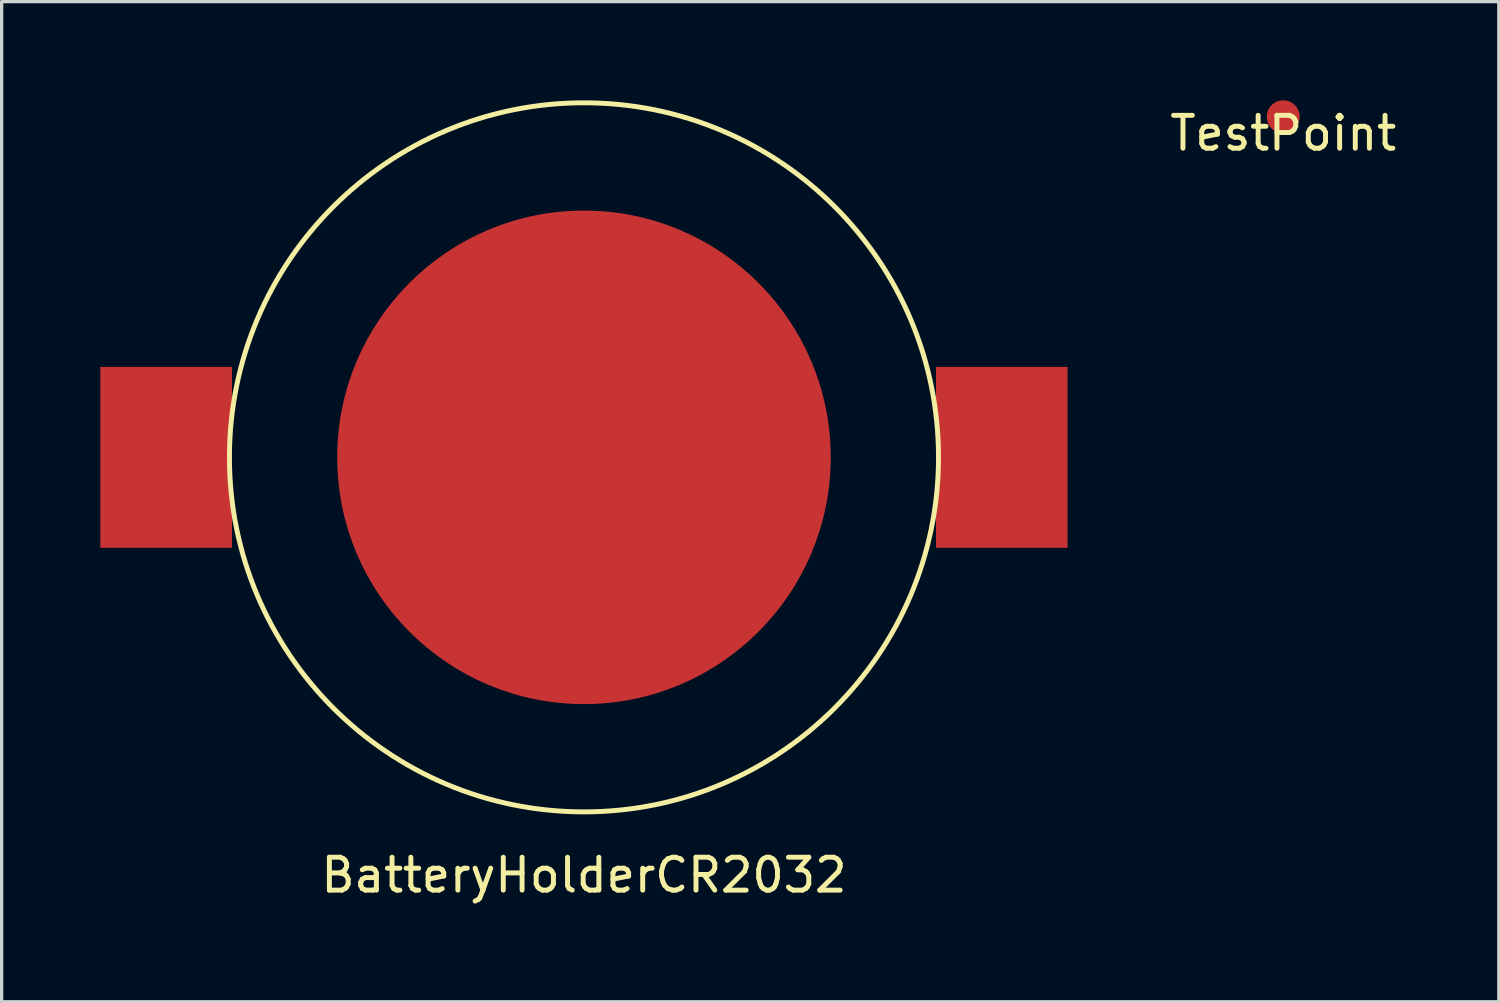
<source format=kicad_pcb>
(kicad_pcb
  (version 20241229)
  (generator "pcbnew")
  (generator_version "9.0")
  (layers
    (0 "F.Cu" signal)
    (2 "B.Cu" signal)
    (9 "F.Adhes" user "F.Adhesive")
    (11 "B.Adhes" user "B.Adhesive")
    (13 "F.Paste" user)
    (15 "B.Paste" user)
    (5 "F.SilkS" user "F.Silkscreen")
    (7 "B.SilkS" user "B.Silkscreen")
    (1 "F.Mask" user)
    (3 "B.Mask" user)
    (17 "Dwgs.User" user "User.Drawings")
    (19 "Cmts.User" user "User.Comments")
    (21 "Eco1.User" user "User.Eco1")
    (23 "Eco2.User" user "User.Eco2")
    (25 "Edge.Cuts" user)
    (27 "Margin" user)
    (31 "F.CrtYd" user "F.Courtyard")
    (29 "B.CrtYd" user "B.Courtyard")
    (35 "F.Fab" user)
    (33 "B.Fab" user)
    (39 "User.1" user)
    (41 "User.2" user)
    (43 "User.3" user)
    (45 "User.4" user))
  (footprint "BatteryHolderCR2032"
    (layer "F.Cu")
    (at 14.7 10.851)
    (property "Reference" "BatteryHolderCR2032" (at 0 12.7 0) (layer "F.SilkS") (effects (font (size 1 1) (thickness 0.15))))
    (attr through_hole)
    (fp_circle (center 0 0) (end 7.62 -7.62) (stroke (width 0.15) (type solid)) (fill no) (layer "F.SilkS"))
    (pad "1" smd rect (at -12.7 0) (size 4 5.5) (layers "F.Cu" "F.Mask" "F.Paste"))
    (pad "1" smd rect (at 12.7 0) (size 4 5.5) (layers "F.Cu" "F.Mask" "F.Paste"))
    (pad "2" smd circle (at 0 0) (size 15 15) (layers "F.Cu" "F.Mask" "F.Paste")))
  (footprint "TestPoint"
    (layer "F.Cu")
    (at 35.954 0.5)
    (property "Reference" "TestPoint" (at 0 0.5 0) (layer "F.SilkS") (effects (font (size 1 1) (thickness 0.15))))
    (attr through_hole)
    (pad "1" smd circle (at 0 0) (size 1 1) (layers "F.Cu" "F.Mask" "F.Paste")))
  (gr_rect
    (start -3 -3)
    (end 42.507 27.4)
    (stroke (width 0.1) (type default))
    (fill no)
    (layer "Edge.Cuts")))
</source>
